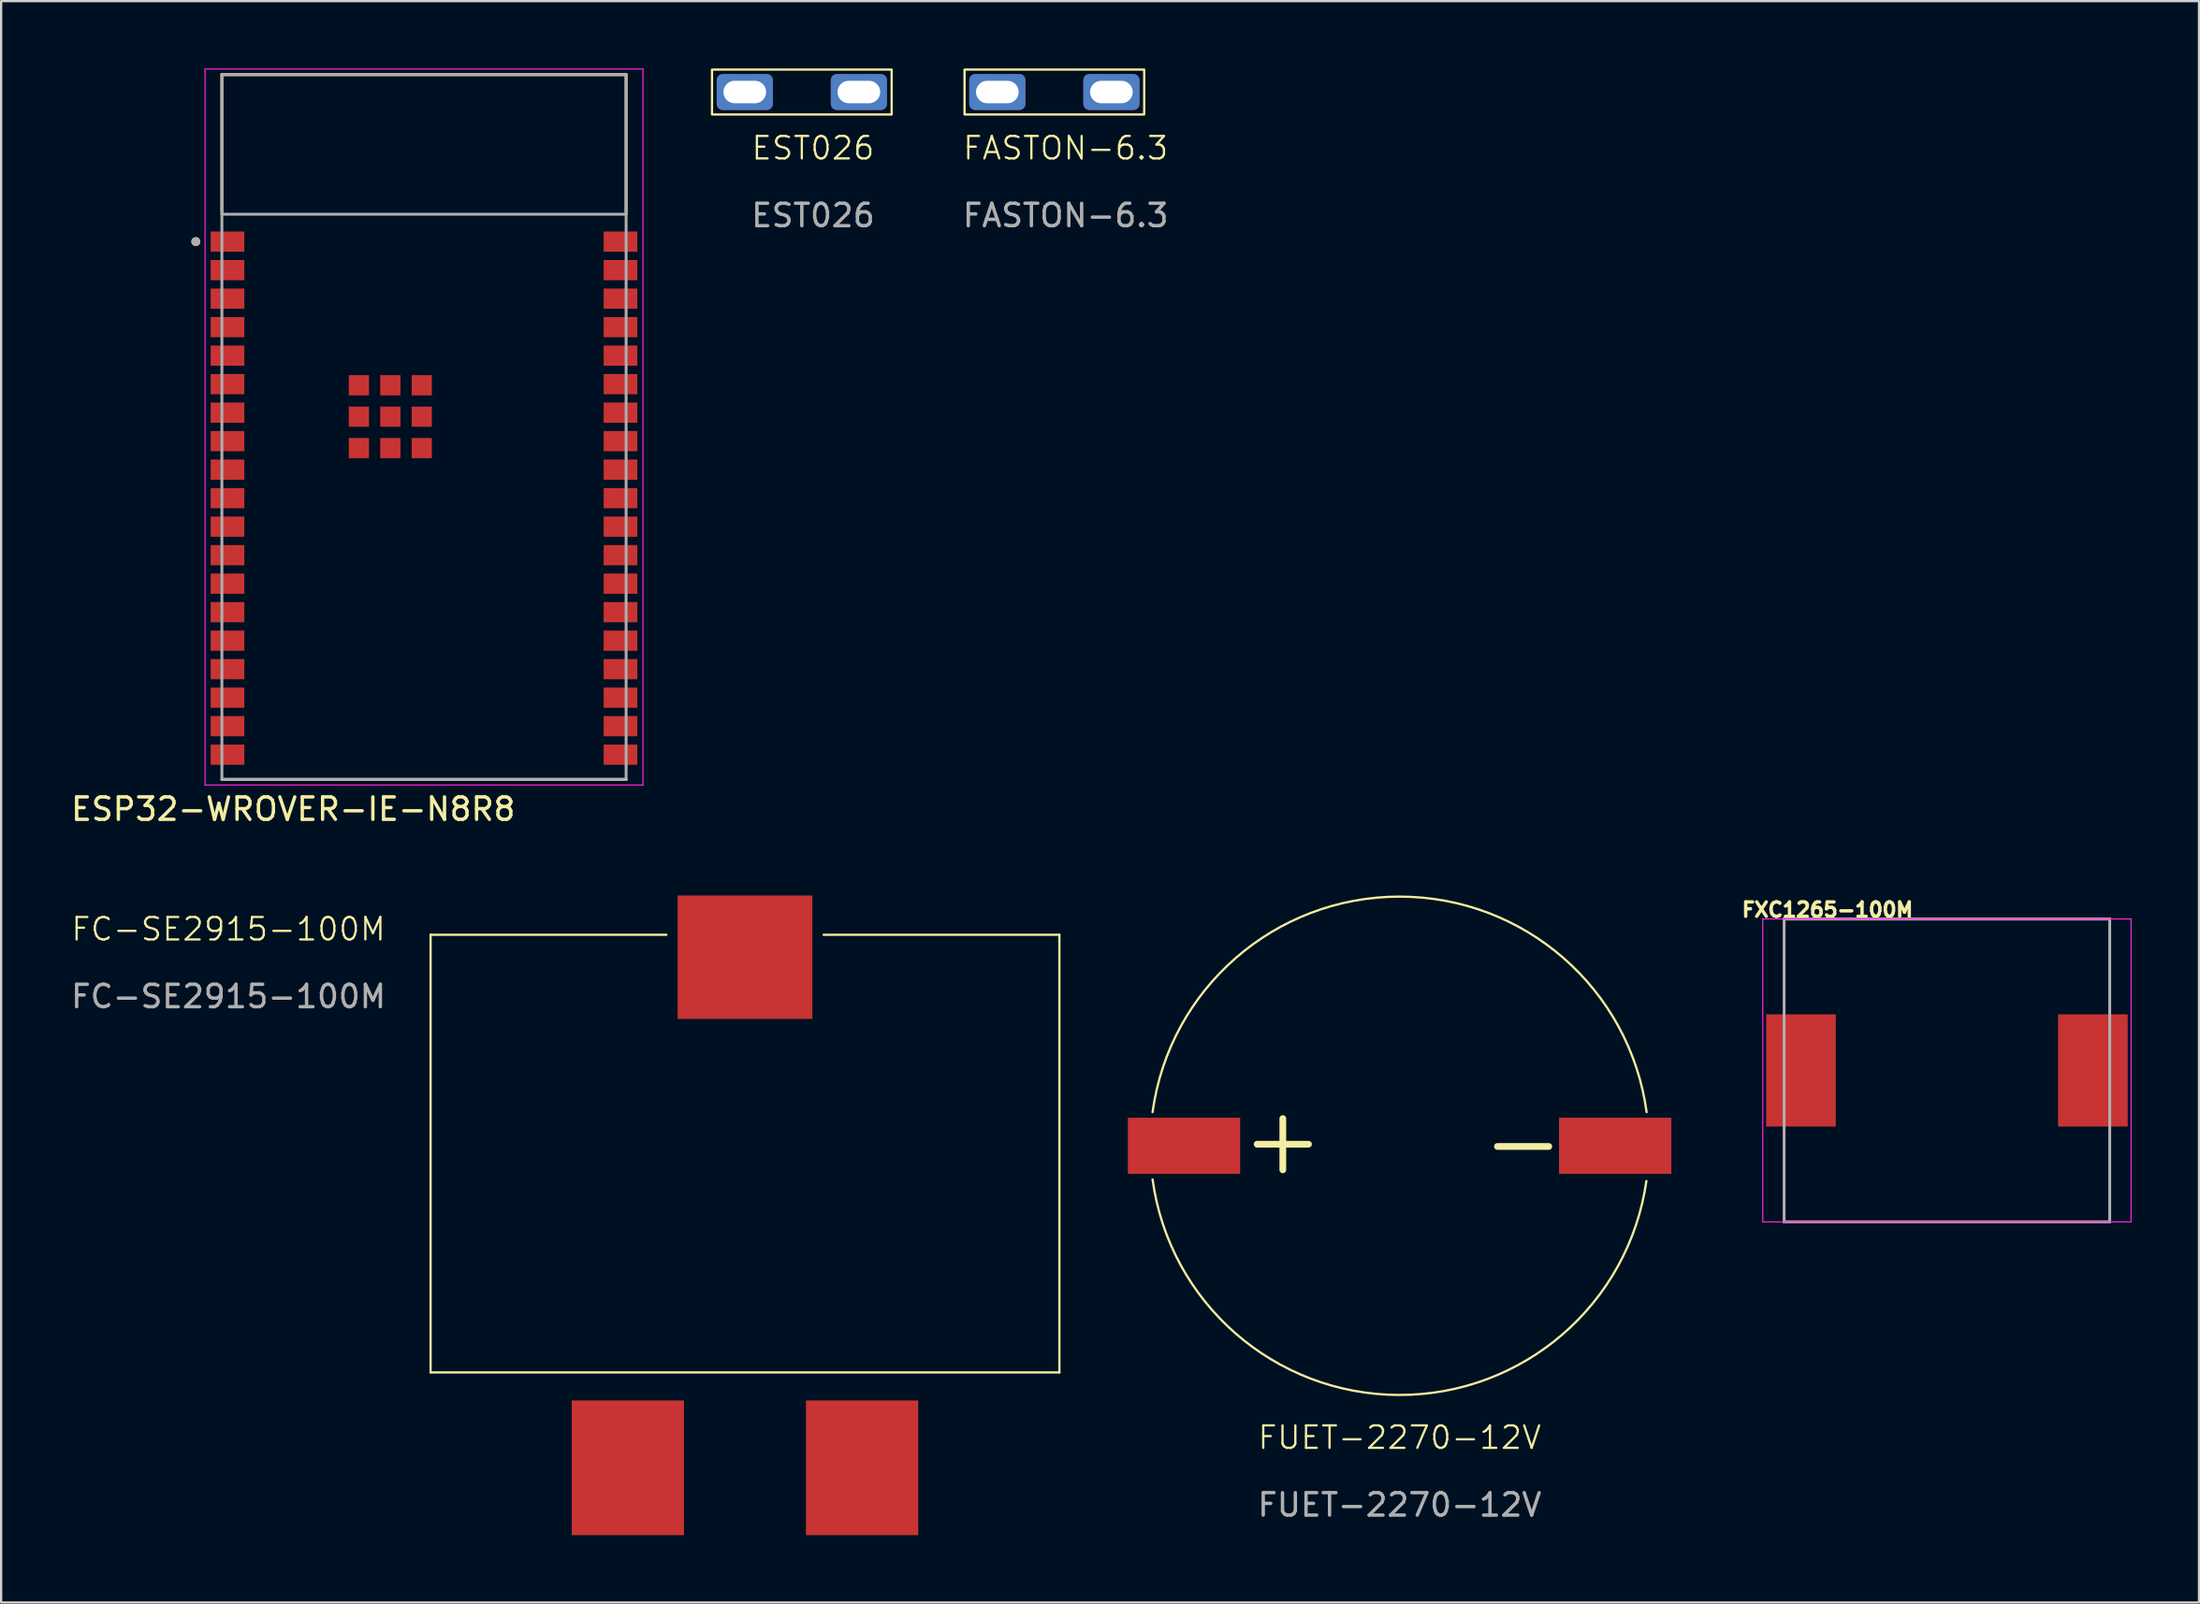
<source format=kicad_pcb>
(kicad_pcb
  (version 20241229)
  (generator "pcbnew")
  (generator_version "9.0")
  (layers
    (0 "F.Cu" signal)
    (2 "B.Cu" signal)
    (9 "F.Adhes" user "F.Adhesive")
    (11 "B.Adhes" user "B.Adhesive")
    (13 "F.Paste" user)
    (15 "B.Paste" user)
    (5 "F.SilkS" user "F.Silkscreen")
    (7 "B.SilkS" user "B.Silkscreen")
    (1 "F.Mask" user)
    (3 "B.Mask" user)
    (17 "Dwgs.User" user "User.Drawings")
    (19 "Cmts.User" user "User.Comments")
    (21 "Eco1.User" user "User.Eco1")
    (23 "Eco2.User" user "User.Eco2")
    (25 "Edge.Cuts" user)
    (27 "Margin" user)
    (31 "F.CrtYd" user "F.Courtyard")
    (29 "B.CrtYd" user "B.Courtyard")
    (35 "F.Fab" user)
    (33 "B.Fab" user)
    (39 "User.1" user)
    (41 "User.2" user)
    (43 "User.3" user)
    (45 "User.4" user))
  (footprint "ESP32-WROVER-IE-N8R8"
    (layer "F.Cu")
    (at 15.831 15.975)
    (property "Reference" "ESP32-WROVER-IE-N8R8" (at -5.825 17.025 0) (layer "F.SilkS") (effects (font (size 1 1) (thickness 0.15))))
    (attr smd)
    (fp_line (start -9 -15.7) (end -9 -9.58) (stroke (width 0.127) (type solid)) (layer "F.SilkS"))
    (fp_line (start -9 15.7) (end 9 15.7) (stroke (width 0.127) (type solid)) (layer "F.SilkS"))
    (fp_line (start 9 -15.7) (end -9 -15.7) (stroke (width 0.127) (type solid)) (layer "F.SilkS"))
    (fp_line (start 9 -9.58) (end 9 -15.7) (stroke (width 0.127) (type solid)) (layer "F.SilkS"))
    (fp_circle (center -10.16 -8.26) (end -10.06 -8.26) (stroke (width 0.2) (type solid)) (fill no) (layer "F.SilkS"))
    (fp_line (start -9.75 -15.95) (end -9.75 15.95) (stroke (width 0.05) (type solid)) (layer "F.CrtYd"))
    (fp_line (start -9.75 15.95) (end 9.75 15.95) (stroke (width 0.05) (type solid)) (layer "F.CrtYd"))
    (fp_line (start 9.75 -15.95) (end -9.75 -15.95) (stroke (width 0.05) (type solid)) (layer "F.CrtYd"))
    (fp_line (start 9.75 15.95) (end 9.75 -15.95) (stroke (width 0.05) (type solid)) (layer "F.CrtYd"))
    (fp_line (start -9 -15.7) (end -9 -9.48) (stroke (width 0.127) (type solid)) (layer "F.Fab"))
    (fp_line (start -9 -9.48) (end -9 15.7) (stroke (width 0.127) (type solid)) (layer "F.Fab"))
    (fp_line (start -9 15.7) (end 9 15.7) (stroke (width 0.127) (type solid)) (layer "F.Fab"))
    (fp_line (start 9 -15.7) (end -9 -15.7) (stroke (width 0.127) (type solid)) (layer "F.Fab"))
    (fp_line (start 9 -9.48) (end -9 -9.48) (stroke (width 0.127) (type solid)) (layer "F.Fab"))
    (fp_line (start 9 -9.48) (end 9 -15.7) (stroke (width 0.127) (type solid)) (layer "F.Fab"))
    (fp_line (start 9 15.7) (end 9 -9.48) (stroke (width 0.127) (type solid)) (layer "F.Fab"))
    (fp_circle (center -10.16 -8.26) (end -10.06 -8.26) (stroke (width 0.2) (type solid)) (fill no) (layer "F.Fab"))
    (pad "1" smd rect (at -8.75 -8.26) (size 1.5 0.9) (layers "F.Cu" "F.Mask" "F.Paste"))
    (pad "2" smd rect (at -8.75 -6.99) (size 1.5 0.9) (layers "F.Cu" "F.Mask" "F.Paste"))
    (pad "3" smd rect (at -8.75 -5.72) (size 1.5 0.9) (layers "F.Cu" "F.Mask" "F.Paste"))
    (pad "4" smd rect (at -8.75 -4.45) (size 1.5 0.9) (layers "F.Cu" "F.Mask" "F.Paste"))
    (pad "5" smd rect (at -8.75 -3.18) (size 1.5 0.9) (layers "F.Cu" "F.Mask" "F.Paste"))
    (pad "6" smd rect (at -8.75 -1.91) (size 1.5 0.9) (layers "F.Cu" "F.Mask" "F.Paste"))
    (pad "7" smd rect (at -8.75 -0.64) (size 1.5 0.9) (layers "F.Cu" "F.Mask" "F.Paste"))
    (pad "8" smd rect (at -8.75 0.63) (size 1.5 0.9) (layers "F.Cu" "F.Mask" "F.Paste"))
    (pad "9" smd rect (at -8.75 1.9) (size 1.5 0.9) (layers "F.Cu" "F.Mask" "F.Paste"))
    (pad "10" smd rect (at -8.75 3.17) (size 1.5 0.9) (layers "F.Cu" "F.Mask" "F.Paste"))
    (pad "11" smd rect (at -8.75 4.44) (size 1.5 0.9) (layers "F.Cu" "F.Mask" "F.Paste"))
    (pad "12" smd rect (at -8.75 5.71) (size 1.5 0.9) (layers "F.Cu" "F.Mask" "F.Paste"))
    (pad "13" smd rect (at -8.75 6.98) (size 1.5 0.9) (layers "F.Cu" "F.Mask" "F.Paste"))
    (pad "14" smd rect (at -8.75 8.25) (size 1.5 0.9) (layers "F.Cu" "F.Mask" "F.Paste"))
    (pad "15" smd rect (at -8.75 9.52) (size 1.5 0.9) (layers "F.Cu" "F.Mask" "F.Paste"))
    (pad "16" smd rect (at -8.75 10.79) (size 1.5 0.9) (layers "F.Cu" "F.Mask" "F.Paste"))
    (pad "17" smd rect (at -8.75 12.06) (size 1.5 0.9) (layers "F.Cu" "F.Mask" "F.Paste"))
    (pad "18" smd rect (at -8.75 13.33) (size 1.5 0.9) (layers "F.Cu" "F.Mask" "F.Paste"))
    (pad "19" smd rect (at -8.75 14.6) (size 1.5 0.9) (layers "F.Cu" "F.Mask" "F.Paste"))
    (pad "20" smd rect (at 8.75 14.6) (size 1.5 0.9) (layers "F.Cu" "F.Mask" "F.Paste"))
    (pad "21" smd rect (at 8.75 13.33) (size 1.5 0.9) (layers "F.Cu" "F.Mask" "F.Paste"))
    (pad "22" smd rect (at 8.75 12.06) (size 1.5 0.9) (layers "F.Cu" "F.Mask" "F.Paste"))
    (pad "23" smd rect (at 8.75 10.79) (size 1.5 0.9) (layers "F.Cu" "F.Mask" "F.Paste"))
    (pad "24" smd rect (at 8.75 9.52) (size 1.5 0.9) (layers "F.Cu" "F.Mask" "F.Paste"))
    (pad "25" smd rect (at 8.75 8.25) (size 1.5 0.9) (layers "F.Cu" "F.Mask" "F.Paste"))
    (pad "26" smd rect (at 8.75 6.98) (size 1.5 0.9) (layers "F.Cu" "F.Mask" "F.Paste"))
    (pad "27" smd rect (at 8.75 5.71) (size 1.5 0.9) (layers "F.Cu" "F.Mask" "F.Paste"))
    (pad "28" smd rect (at 8.75 4.44) (size 1.5 0.9) (layers "F.Cu" "F.Mask" "F.Paste"))
    (pad "29" smd rect (at 8.75 3.17) (size 1.5 0.9) (layers "F.Cu" "F.Mask" "F.Paste"))
    (pad "30" smd rect (at 8.75 1.9) (size 1.5 0.9) (layers "F.Cu" "F.Mask" "F.Paste"))
    (pad "31" smd rect (at 8.75 0.63) (size 1.5 0.9) (layers "F.Cu" "F.Mask" "F.Paste"))
    (pad "32" smd rect (at 8.75 -0.64) (size 1.5 0.9) (layers "F.Cu" "F.Mask" "F.Paste"))
    (pad "33" smd rect (at 8.75 -1.91) (size 1.5 0.9) (layers "F.Cu" "F.Mask" "F.Paste"))
    (pad "34" smd rect (at 8.75 -3.18) (size 1.5 0.9) (layers "F.Cu" "F.Mask" "F.Paste"))
    (pad "35" smd rect (at 8.75 -4.45) (size 1.5 0.9) (layers "F.Cu" "F.Mask" "F.Paste"))
    (pad "36" smd rect (at 8.75 -5.72) (size 1.5 0.9) (layers "F.Cu" "F.Mask" "F.Paste"))
    (pad "37" smd rect (at 8.75 -6.99) (size 1.5 0.9) (layers "F.Cu" "F.Mask" "F.Paste"))
    (pad "38" smd rect (at 8.75 -8.26) (size 1.5 0.9) (layers "F.Cu" "F.Mask" "F.Paste"))
    (pad "39" smd rect (at -2.9 -1.86) (size 0.9 0.9) (layers "F.Cu" "F.Mask" "F.Paste"))
    (pad "39" smd rect (at -2.9 -0.46) (size 0.9 0.9) (layers "F.Cu" "F.Mask" "F.Paste"))
    (pad "39" smd rect (at -2.9 0.94) (size 0.9 0.9) (layers "F.Cu" "F.Mask" "F.Paste"))
    (pad "39" smd rect (at -1.5 -1.86) (size 0.9 0.9) (layers "F.Cu" "F.Mask" "F.Paste"))
    (pad "39" smd rect (at -1.5 -0.46) (size 0.9 0.9) (layers "F.Cu" "F.Mask" "F.Paste"))
    (pad "39" smd rect (at -1.5 0.94) (size 0.9 0.9) (layers "F.Cu" "F.Mask" "F.Paste"))
    (pad "39" smd rect (at -0.1 -1.86) (size 0.9 0.9) (layers "F.Cu" "F.Mask" "F.Paste"))
    (pad "39" smd rect (at -0.1 -0.46) (size 0.9 0.9) (layers "F.Cu" "F.Mask" "F.Paste"))
    (pad "39" smd rect (at -0.1 0.94) (size 0.9 0.9) (layers "F.Cu" "F.Mask" "F.Paste"))
    (zone (net_name "") (layer "F.Cu") (hatch full 0.508) (connect_pads) (min_thickness 0.01) (filled_areas_thickness no) (keepout (tracks not_allowed) (vias not_allowed) (pads not_allowed) (copperpour not_allowed) (footprints allowed)) (placement (enabled no)) (fill) (polygon (pts (xy 6.831 0.275) (xy 24.831 0.275) (xy 24.831 6.495) (xy 6.831 6.495))))
    (zone (net_name "") (layers "F.Cu" "B.Cu") (hatch full 0.508) (connect_pads) (min_thickness 0.01) (filled_areas_thickness no) (keepout (tracks allowed) (vias not_allowed) (pads allowed) (copperpour allowed) (footprints allowed)) (placement (enabled no)) (fill) (polygon (pts (xy 6.831 0.275) (xy 24.831 0.275) (xy 24.831 6.495) (xy 6.831 6.495)))))
  (footprint "FXC1265-100M"
    (layer "F.Cu")
    (at 83.648 44.642)
    (property "Reference" "FXC1265-100M" (at -5.318 -7.156 0) (layer "F.SilkS") (effects (font (size 0.64 0.64) (thickness 0.15))))
    (attr smd)
    (fp_line (start -7.25 -6.75) (end 7.25 -6.75) (stroke (width 0.127) (type solid)) (layer "F.SilkS"))
    (fp_line (start -7.25 6.75) (end 7.25 6.75) (stroke (width 0.127) (type solid)) (layer "F.SilkS"))
    (fp_line (start -8.2 -6.75) (end -8.2 6.75) (stroke (width 0.05) (type solid)) (layer "F.CrtYd"))
    (fp_line (start -8.2 6.75) (end 8.2 6.75) (stroke (width 0.05) (type solid)) (layer "F.CrtYd"))
    (fp_line (start 8.2 -6.75) (end -8.2 -6.75) (stroke (width 0.05) (type solid)) (layer "F.CrtYd"))
    (fp_line (start 8.2 6.75) (end 8.2 -6.75) (stroke (width 0.05) (type solid)) (layer "F.CrtYd"))
    (fp_line (start -7.25 -6.75) (end -7.25 6.75) (stroke (width 0.127) (type solid)) (layer "F.Fab"))
    (fp_line (start -7.25 -6.75) (end 7.25 -6.75) (stroke (width 0.127) (type solid)) (layer "F.Fab"))
    (fp_line (start -7.25 6.75) (end 7.25 6.75) (stroke (width 0.127) (type solid)) (layer "F.Fab"))
    (fp_line (start 7.25 -6.75) (end 7.25 6.75) (stroke (width 0.127) (type solid)) (layer "F.Fab"))
    (pad "1" smd rect (at -6.5 0) (size 3.1 5) (layers "F.Cu" "F.Mask" "F.Paste"))
    (pad "2" smd rect (at 6.5 0) (size 3.1 5) (layers "F.Cu" "F.Mask" "F.Paste")))
  (footprint "FC-SE2915-100M"
    (layer "F.Cu")
    (at 30.125 48.348)
    (property "Reference" "FC-SE2915-100M" (at -23 -10 0) (unlocked yes) (layer "F.SilkS") (effects (font (size 1 1) (thickness 0.1))))
    (attr smd)
    (fp_line (start -14 -9.75) (end -14 9.75) (stroke (width 0.1) (type default)) (layer "F.SilkS"))
    (fp_line (start -14 -9.75) (end -3.5 -9.75) (stroke (width 0.1) (type default)) (layer "F.SilkS"))
    (fp_line (start -14 9.75) (end 14 9.75) (stroke (width 0.1) (type default)) (layer "F.SilkS"))
    (fp_line (start 14 -9.75) (end 3.5 -9.75) (stroke (width 0.1) (type default)) (layer "F.SilkS"))
    (fp_line (start 14 -9.75) (end 14 9.75) (stroke (width 0.1) (type default)) (layer "F.SilkS"))
    (fp_text user "${REFERENCE}" (at -23 -7 0) (unlocked yes) (layer "F.Fab") (effects (font (size 1 1) (thickness 0.15))))
    (pad "1" smd rect (at -5.215 14) (size 5 6) (layers "F.Cu" "F.Mask" "F.Paste"))
    (pad "2" smd rect (at 5.215 14) (size 5 6) (layers "F.Cu" "F.Mask" "F.Paste"))
    (pad "NC" smd rect (at 0 -8.75) (size 6 5.5) (property pad_prop_fiducial_loc) (layers "F.Cu" "F.Mask" "F.Paste")))
  (footprint "FUET-2270-12V"
    (layer "F.Cu")
    (at 59.275 48)
    (property "Reference" "FUET-2270-12V" (at 0 13 0) (unlocked yes) (layer "F.SilkS") (effects (font (size 1 1) (thickness 0.1))))
    (attr smd)
    (fp_arc (start -10.999999 -1.5) (mid 0 -11.101801) (end 10.999999 -1.5) (stroke (width 0.1) (type default)) (layer "F.SilkS"))
    (fp_arc (start 10.990222 1.570032) (mid -0.035356 11.101744) (end -10.999999 1.5) (stroke (width 0.1) (type default)) (layer "F.SilkS"))
    (fp_text user "+" (at -5.2 -0.3 0) (unlocked yes) (layer "F.SilkS") (effects (font (size 3 3) (thickness 0.3))))
    (fp_text user "-" (at 5.5 -0.2 0) (unlocked yes) (layer "F.SilkS") (effects (font (size 3 3) (thickness 0.3))))
    (fp_text user "${REFERENCE}" (at 0 16 0) (unlocked yes) (layer "F.Fab") (effects (font (size 1 1) (thickness 0.15))))
    (pad "1" smd rect (at -9.6 0) (size 5 2.5) (layers "F.Cu" "F.Mask" "F.Paste"))
    (pad "2" smd rect (at 9.6 0) (size 5 2.5) (layers "F.Cu" "F.Mask" "F.Paste")))
  (footprint "FASTON-6.3"
    (layer "F.Cu")
    (at 43.902 1.05)
    (property "Reference" "FASTON-6.3" (at 0.5 2.5 0) (unlocked yes) (layer "F.SilkS") (effects (font (size 1 1) (thickness 0.1))))
    (attr through_hole)
    (fp_rect (start -4 -1) (end 4 1) (stroke (width 0.1) (type default)) (fill no) (layer "F.SilkS"))
    (fp_text user "${REFERENCE}" (at 0.5 5.5 0) (unlocked yes) (layer "F.Fab") (effects (font (size 1 1) (thickness 0.15))))
    (pad "1" thru_hole roundrect (at -2.54 0) (size 2.5 1.6) (drill oval 1.9 1) (layers "*.Cu" "*.Mask") (roundrect_rratio 0.164))
    (pad "1" thru_hole roundrect (at 2.54 0) (size 2.5 1.6) (drill oval 1.9 1) (layers "*.Cu" "*.Mask") (roundrect_rratio 0.164)))
  (footprint "EST026"
    (layer "F.Cu")
    (at 32.656 1.05)
    (property "Reference" "EST026" (at 0.5 2.5 0) (unlocked yes) (layer "F.SilkS") (effects (font (size 1 1) (thickness 0.1))))
    (attr through_hole)
    (fp_rect (start -4 -1) (end 4 1) (stroke (width 0.1) (type default)) (fill no) (layer "F.SilkS"))
    (fp_text user "${REFERENCE}" (at 0.5 5.5 0) (unlocked yes) (layer "F.Fab") (effects (font (size 1 1) (thickness 0.15))))
    (pad "1" thru_hole roundrect (at -2.54 0) (size 2.5 1.6) (drill oval 1.9 1) (layers "*.Cu" "*.Mask") (roundrect_rratio 0.164))
    (pad "1" thru_hole roundrect (at 2.54 0) (size 2.5 1.6) (drill oval 1.9 1) (layers "*.Cu" "*.Mask") (roundrect_rratio 0.164)))
  (gr_rect
    (start -3 -3)
    (end 94.873 68.348)
    (stroke (width 0.1) (type default))
    (fill no)
    (layer "Edge.Cuts")))
</source>
